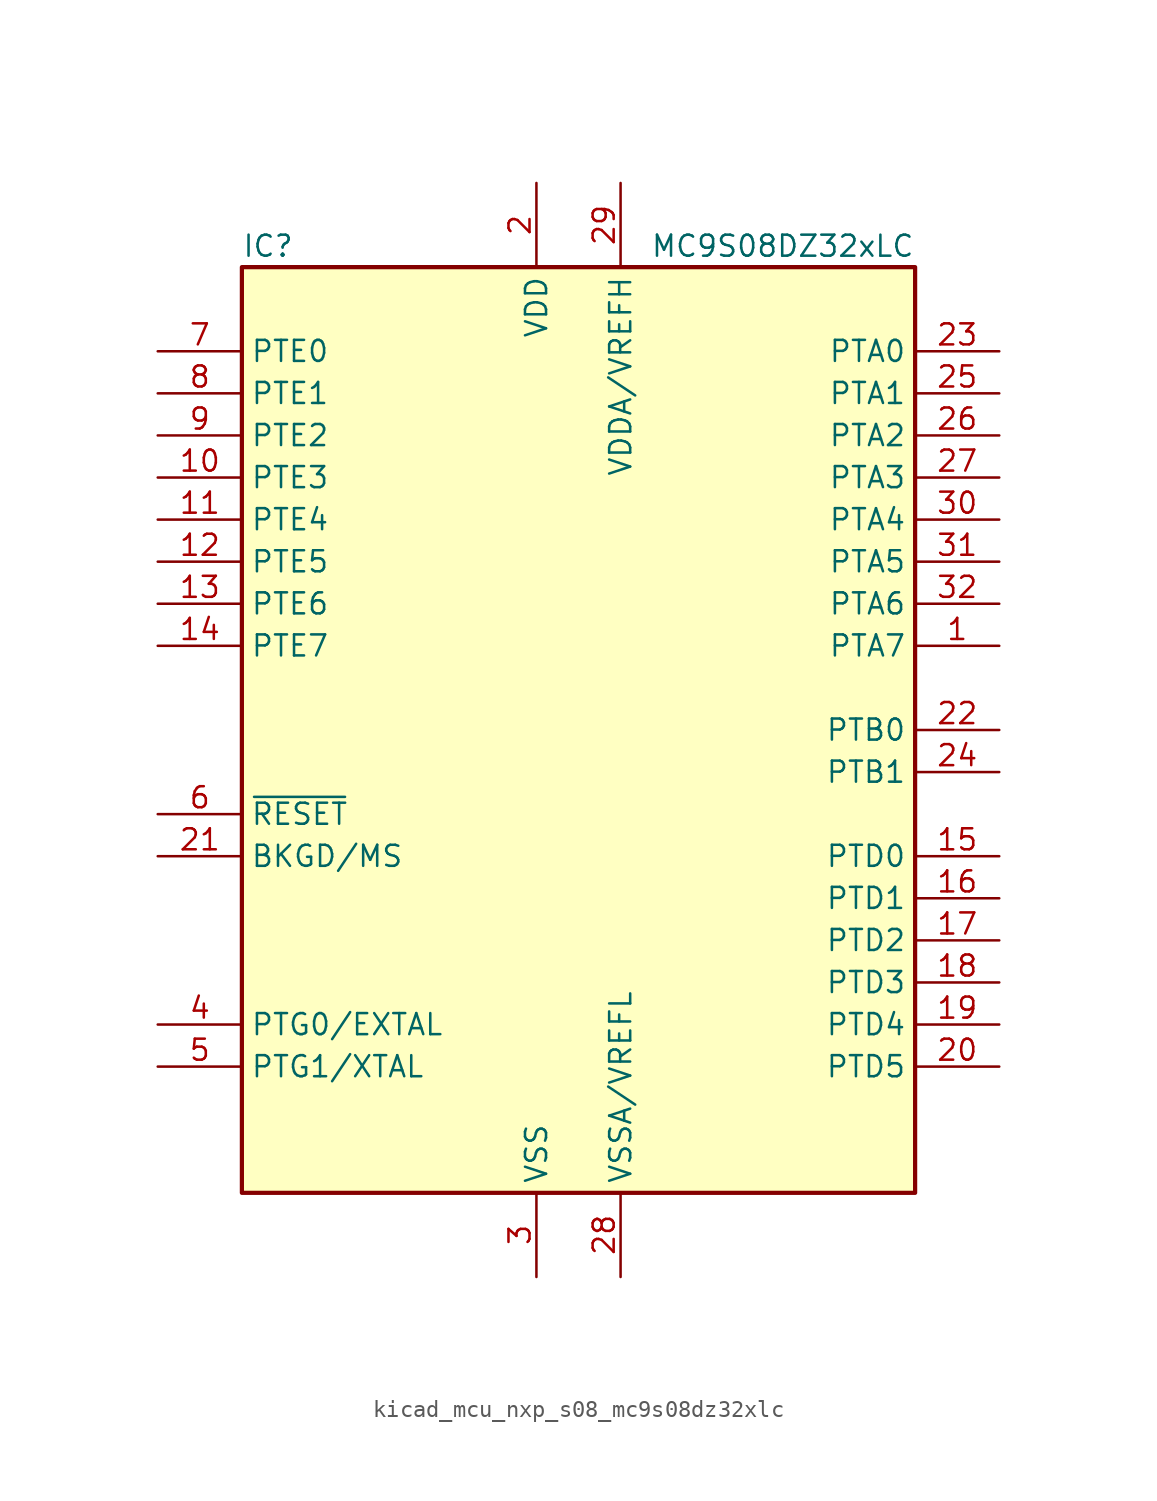
<source format=kicad_sym>
(kicad_symbol_lib
  (version 20220914)
  (generator kicad_symbol_editor)
  (symbol "kicad_mcu_nxp_s08_mc9s08dz32xlc"
    (property "Reference" "IC"
      (at -20.32 29.21 0)
      (effects (font (size 1.27 1.27)) (justify left)))
    (property "Value" "MC9S08DZ32xLC"
      (at 20.32 29.21 0)
      (effects (font (size 1.27 1.27)) (justify right)))
    (symbol "kicad_mcu_nxp_s08_mc9s08dz32xlc_0_1"
      (rectangle (start -20.32 27.94) (end 20.32 -27.94) (stroke (width 0.254) (type default)) (fill (type background))))
    (symbol "kicad_mcu_nxp_s08_mc9s08dz32xlc_1_1"
      (pin bidirectional line (at 25.4 5.08 180) (length 5.08) (name "PTA7" (effects (font (size 1.27 1.27)))) (number "1" (effects (font (size 1.27 1.27)))))
      (pin bidirectional line (at -25.4 15.24 0) (length 5.08) (name "PTE3" (effects (font (size 1.27 1.27)))) (number "10" (effects (font (size 1.27 1.27)))))
      (pin bidirectional line (at -25.4 12.7 0) (length 5.08) (name "PTE4" (effects (font (size 1.27 1.27)))) (number "11" (effects (font (size 1.27 1.27)))))
      (pin bidirectional line (at -25.4 10.16 0) (length 5.08) (name "PTE5" (effects (font (size 1.27 1.27)))) (number "12" (effects (font (size 1.27 1.27)))))
      (pin bidirectional line (at -25.4 7.62 0) (length 5.08) (name "PTE6" (effects (font (size 1.27 1.27)))) (number "13" (effects (font (size 1.27 1.27)))))
      (pin bidirectional line (at -25.4 5.08 0) (length 5.08) (name "PTE7" (effects (font (size 1.27 1.27)))) (number "14" (effects (font (size 1.27 1.27)))))
      (pin bidirectional line (at 25.4 -7.62 180) (length 5.08) (name "PTD0" (effects (font (size 1.27 1.27)))) (number "15" (effects (font (size 1.27 1.27)))))
      (pin bidirectional line (at 25.4 -10.16 180) (length 5.08) (name "PTD1" (effects (font (size 1.27 1.27)))) (number "16" (effects (font (size 1.27 1.27)))))
      (pin bidirectional line (at 25.4 -12.7 180) (length 5.08) (name "PTD2" (effects (font (size 1.27 1.27)))) (number "17" (effects (font (size 1.27 1.27)))))
      (pin bidirectional line (at 25.4 -15.24 180) (length 5.08) (name "PTD3" (effects (font (size 1.27 1.27)))) (number "18" (effects (font (size 1.27 1.27)))))
      (pin bidirectional line (at 25.4 -17.78 180) (length 5.08) (name "PTD4" (effects (font (size 1.27 1.27)))) (number "19" (effects (font (size 1.27 1.27)))))
      (pin power_in line (at -2.54 33.02 270) (length 5.08) (name "VDD" (effects (font (size 1.27 1.27)))) (number "2" (effects (font (size 1.27 1.27)))))
      (pin bidirectional line (at 25.4 -20.32 180) (length 5.08) (name "PTD5" (effects (font (size 1.27 1.27)))) (number "20" (effects (font (size 1.27 1.27)))))
      (pin bidirectional line (at -25.4 -7.62 0) (length 5.08) (name "BKGD/MS" (effects (font (size 1.27 1.27)))) (number "21" (effects (font (size 1.27 1.27)))))
      (pin bidirectional line (at 25.4 0 180) (length 5.08) (name "PTB0" (effects (font (size 1.27 1.27)))) (number "22" (effects (font (size 1.27 1.27)))))
      (pin bidirectional line (at 25.4 22.86 180) (length 5.08) (name "PTA0" (effects (font (size 1.27 1.27)))) (number "23" (effects (font (size 1.27 1.27)))))
      (pin bidirectional line (at 25.4 -2.54 180) (length 5.08) (name "PTB1" (effects (font (size 1.27 1.27)))) (number "24" (effects (font (size 1.27 1.27)))))
      (pin bidirectional line (at 25.4 20.32 180) (length 5.08) (name "PTA1" (effects (font (size 1.27 1.27)))) (number "25" (effects (font (size 1.27 1.27)))))
      (pin bidirectional line (at 25.4 17.78 180) (length 5.08) (name "PTA2" (effects (font (size 1.27 1.27)))) (number "26" (effects (font (size 1.27 1.27)))))
      (pin bidirectional line (at 25.4 15.24 180) (length 5.08) (name "PTA3" (effects (font (size 1.27 1.27)))) (number "27" (effects (font (size 1.27 1.27)))))
      (pin power_in line (at 2.54 -33.02 90) (length 5.08) (name "VSSA/VREFL" (effects (font (size 1.27 1.27)))) (number "28" (effects (font (size 1.27 1.27)))))
      (pin power_in line (at 2.54 33.02 270) (length 5.08) (name "VDDA/VREFH" (effects (font (size 1.27 1.27)))) (number "29" (effects (font (size 1.27 1.27)))))
      (pin power_in line (at -2.54 -33.02 90) (length 5.08) (name "VSS" (effects (font (size 1.27 1.27)))) (number "3" (effects (font (size 1.27 1.27)))))
      (pin bidirectional line (at 25.4 12.7 180) (length 5.08) (name "PTA4" (effects (font (size 1.27 1.27)))) (number "30" (effects (font (size 1.27 1.27)))))
      (pin bidirectional line (at 25.4 10.16 180) (length 5.08) (name "PTA5" (effects (font (size 1.27 1.27)))) (number "31" (effects (font (size 1.27 1.27)))))
      (pin bidirectional line (at 25.4 7.62 180) (length 5.08) (name "PTA6" (effects (font (size 1.27 1.27)))) (number "32" (effects (font (size 1.27 1.27)))))
      (pin bidirectional line (at -25.4 -17.78 0) (length 5.08) (name "PTG0/EXTAL" (effects (font (size 1.27 1.27)))) (number "4" (effects (font (size 1.27 1.27)))))
      (pin bidirectional line (at -25.4 -20.32 0) (length 5.08) (name "PTG1/XTAL" (effects (font (size 1.27 1.27)))) (number "5" (effects (font (size 1.27 1.27)))))
      (pin input line (at -25.4 -5.08 0) (length 5.08) (name "~{RESET}" (effects (font (size 1.27 1.27)))) (number "6" (effects (font (size 1.27 1.27)))))
      (pin bidirectional line (at -25.4 22.86 0) (length 5.08) (name "PTE0" (effects (font (size 1.27 1.27)))) (number "7" (effects (font (size 1.27 1.27)))))
      (pin bidirectional line (at -25.4 20.32 0) (length 5.08) (name "PTE1" (effects (font (size 1.27 1.27)))) (number "8" (effects (font (size 1.27 1.27)))))
      (pin bidirectional line (at -25.4 17.78 0) (length 5.08) (name "PTE2" (effects (font (size 1.27 1.27)))) (number "9" (effects (font (size 1.27 1.27))))))))
</source>
